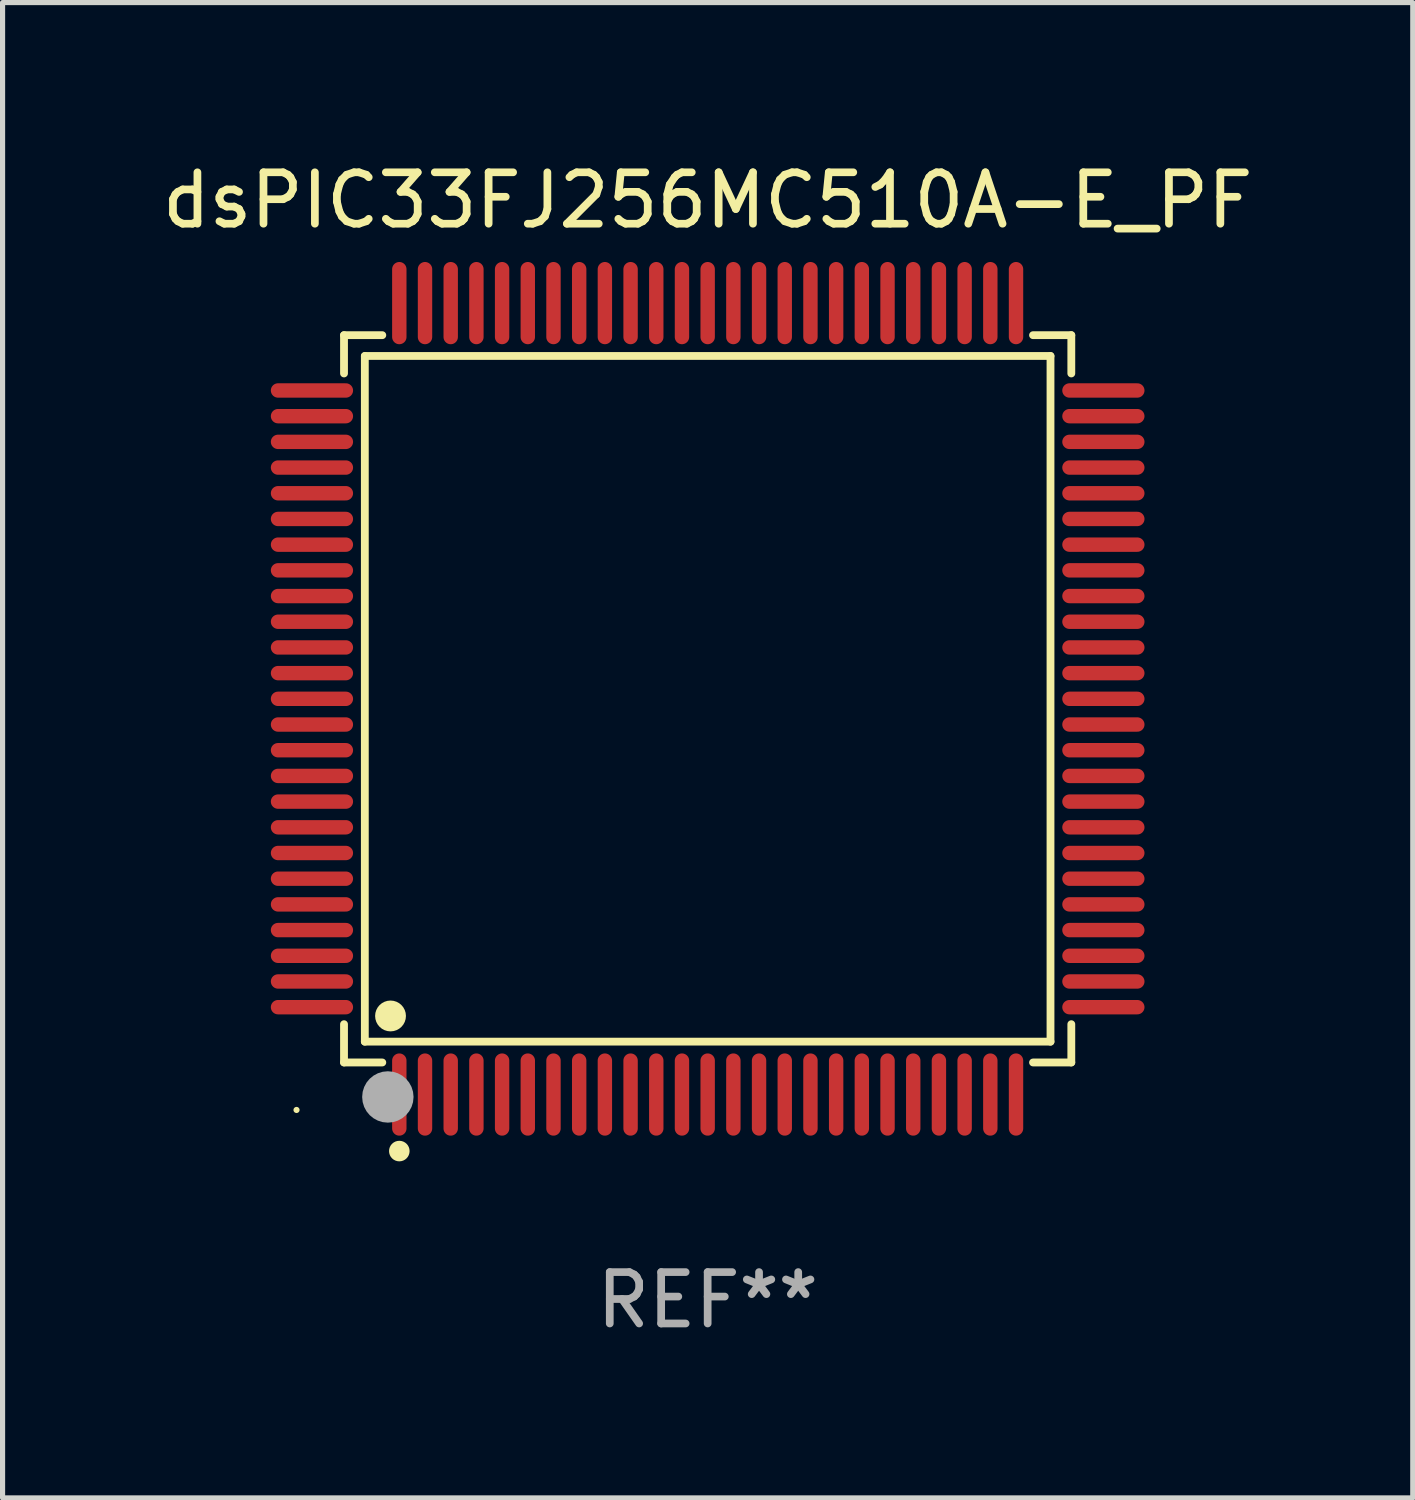
<source format=kicad_pcb>
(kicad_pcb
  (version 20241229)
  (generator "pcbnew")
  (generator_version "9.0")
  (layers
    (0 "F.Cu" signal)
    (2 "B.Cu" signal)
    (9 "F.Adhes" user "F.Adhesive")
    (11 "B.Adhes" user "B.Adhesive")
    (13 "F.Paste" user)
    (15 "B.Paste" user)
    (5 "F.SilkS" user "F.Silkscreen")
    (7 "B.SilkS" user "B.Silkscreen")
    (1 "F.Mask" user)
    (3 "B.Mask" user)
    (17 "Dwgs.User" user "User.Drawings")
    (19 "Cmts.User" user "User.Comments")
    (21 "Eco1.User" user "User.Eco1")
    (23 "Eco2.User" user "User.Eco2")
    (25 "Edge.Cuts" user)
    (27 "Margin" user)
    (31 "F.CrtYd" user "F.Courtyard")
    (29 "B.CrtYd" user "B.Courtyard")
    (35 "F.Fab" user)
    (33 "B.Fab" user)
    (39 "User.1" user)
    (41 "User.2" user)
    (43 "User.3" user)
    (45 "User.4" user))
  (footprint "dsPIC33FJ256MC510A-E_PF"
    (layer "F.Cu")
    (at 10.72 10.548)
    (property "Reference" "dsPIC33FJ256MC510A-E_PF" (at 0 -9.7 0) (layer "F.SilkS") (effects (font (size 1 1) (thickness 0.15))))
    (attr through_hole)
    (fp_line (start -7.076 -7.076) (end -6.331 -7.076) (stroke (width 0.152) (type solid)) (layer "F.SilkS"))
    (fp_line (start -7.076 -6.331) (end -7.076 -7.076) (stroke (width 0.152) (type solid)) (layer "F.SilkS"))
    (fp_line (start -7.076 6.331) (end -7.076 7.076) (stroke (width 0.152) (type solid)) (layer "F.SilkS"))
    (fp_line (start -7.076 7.076) (end -6.331 7.076) (stroke (width 0.152) (type solid)) (layer "F.SilkS"))
    (fp_line (start -6.671 -6.671) (end 6.671 -6.671) (stroke (width 0.152) (type solid)) (layer "F.SilkS"))
    (fp_line (start -6.671 6.671) (end -6.671 -6.671) (stroke (width 0.152) (type solid)) (layer "F.SilkS"))
    (fp_line (start 6.671 -6.671) (end 6.671 6.671) (stroke (width 0.152) (type solid)) (layer "F.SilkS"))
    (fp_line (start 6.671 6.671) (end -6.671 6.671) (stroke (width 0.152) (type solid)) (layer "F.SilkS"))
    (fp_line (start 7.076 -7.076) (end 6.331 -7.076) (stroke (width 0.152) (type solid)) (layer "F.SilkS"))
    (fp_line (start 7.076 -6.331) (end 7.076 -7.076) (stroke (width 0.152) (type solid)) (layer "F.SilkS"))
    (fp_line (start 7.076 6.331) (end 7.076 7.076) (stroke (width 0.152) (type solid)) (layer "F.SilkS"))
    (fp_line (start 7.076 7.076) (end 6.331 7.076) (stroke (width 0.152) (type solid)) (layer "F.SilkS"))
    (fp_circle (center -8 8) (end -7.97 8) (stroke (width 0.06) (type solid)) (fill no) (layer "F.SilkS"))
    (fp_circle (center -6.171 6.171) (end -6.021 6.171) (stroke (width 0.3) (type solid)) (fill no) (layer "F.SilkS"))
    (fp_circle (center -6 8.8) (end -5.9 8.8) (stroke (width 0.2) (type solid)) (fill no) (layer "F.SilkS"))
    (fp_circle (center -6.223 7.747) (end -5.973 7.747) (stroke (width 0.5) (type solid)) (fill no) (layer "F.Fab"))
    (fp_text user "REF**" (at 0 11.7 0) (layer "F.Fab") (effects (font (size 1 1) (thickness 0.15))))
    (pad "1" smd oval (at -6 7.7) (size 0.28 1.6) (layers "F.Cu" "F.Mask" "F.Paste"))
    (pad "2" smd oval (at -5.5 7.7) (size 0.28 1.6) (layers "F.Cu" "F.Mask" "F.Paste"))
    (pad "3" smd oval (at -5 7.7) (size 0.28 1.6) (layers "F.Cu" "F.Mask" "F.Paste"))
    (pad "4" smd oval (at -4.5 7.7) (size 0.28 1.6) (layers "F.Cu" "F.Mask" "F.Paste"))
    (pad "5" smd oval (at -4 7.7) (size 0.28 1.6) (layers "F.Cu" "F.Mask" "F.Paste"))
    (pad "6" smd oval (at -3.5 7.7) (size 0.28 1.6) (layers "F.Cu" "F.Mask" "F.Paste"))
    (pad "7" smd oval (at -3 7.7) (size 0.28 1.6) (layers "F.Cu" "F.Mask" "F.Paste"))
    (pad "8" smd oval (at -2.5 7.7) (size 0.28 1.6) (layers "F.Cu" "F.Mask" "F.Paste"))
    (pad "9" smd oval (at -2 7.7) (size 0.28 1.6) (layers "F.Cu" "F.Mask" "F.Paste"))
    (pad "10" smd oval (at -1.5 7.7) (size 0.28 1.6) (layers "F.Cu" "F.Mask" "F.Paste"))
    (pad "11" smd oval (at -1 7.7) (size 0.28 1.6) (layers "F.Cu" "F.Mask" "F.Paste"))
    (pad "12" smd oval (at -0.5 7.7) (size 0.28 1.6) (layers "F.Cu" "F.Mask" "F.Paste"))
    (pad "13" smd oval (at 0 7.7) (size 0.28 1.6) (layers "F.Cu" "F.Mask" "F.Paste"))
    (pad "14" smd oval (at 0.5 7.7) (size 0.28 1.6) (layers "F.Cu" "F.Mask" "F.Paste"))
    (pad "15" smd oval (at 1 7.7) (size 0.28 1.6) (layers "F.Cu" "F.Mask" "F.Paste"))
    (pad "16" smd oval (at 1.5 7.7) (size 0.28 1.6) (layers "F.Cu" "F.Mask" "F.Paste"))
    (pad "17" smd oval (at 2 7.7) (size 0.28 1.6) (layers "F.Cu" "F.Mask" "F.Paste"))
    (pad "18" smd oval (at 2.5 7.7) (size 0.28 1.6) (layers "F.Cu" "F.Mask" "F.Paste"))
    (pad "19" smd oval (at 3 7.7) (size 0.28 1.6) (layers "F.Cu" "F.Mask" "F.Paste"))
    (pad "20" smd oval (at 3.5 7.7) (size 0.28 1.6) (layers "F.Cu" "F.Mask" "F.Paste"))
    (pad "21" smd oval (at 4 7.7) (size 0.28 1.6) (layers "F.Cu" "F.Mask" "F.Paste"))
    (pad "22" smd oval (at 4.5 7.7) (size 0.28 1.6) (layers "F.Cu" "F.Mask" "F.Paste"))
    (pad "23" smd oval (at 5 7.7) (size 0.28 1.6) (layers "F.Cu" "F.Mask" "F.Paste"))
    (pad "24" smd oval (at 5.5 7.7) (size 0.28 1.6) (layers "F.Cu" "F.Mask" "F.Paste"))
    (pad "25" smd oval (at 6 7.7) (size 0.28 1.6) (layers "F.Cu" "F.Mask" "F.Paste"))
    (pad "26" smd oval (at 7.7 6) (size 1.6 0.28) (layers "F.Cu" "F.Mask" "F.Paste"))
    (pad "27" smd oval (at 7.7 5.5) (size 1.6 0.28) (layers "F.Cu" "F.Mask" "F.Paste"))
    (pad "28" smd oval (at 7.7 5) (size 1.6 0.28) (layers "F.Cu" "F.Mask" "F.Paste"))
    (pad "29" smd oval (at 7.7 4.5) (size 1.6 0.28) (layers "F.Cu" "F.Mask" "F.Paste"))
    (pad "30" smd oval (at 7.7 4) (size 1.6 0.28) (layers "F.Cu" "F.Mask" "F.Paste"))
    (pad "31" smd oval (at 7.7 3.5) (size 1.6 0.28) (layers "F.Cu" "F.Mask" "F.Paste"))
    (pad "32" smd oval (at 7.7 3) (size 1.6 0.28) (layers "F.Cu" "F.Mask" "F.Paste"))
    (pad "33" smd oval (at 7.7 2.5) (size 1.6 0.28) (layers "F.Cu" "F.Mask" "F.Paste"))
    (pad "34" smd oval (at 7.7 2) (size 1.6 0.28) (layers "F.Cu" "F.Mask" "F.Paste"))
    (pad "35" smd oval (at 7.7 1.5) (size 1.6 0.28) (layers "F.Cu" "F.Mask" "F.Paste"))
    (pad "36" smd oval (at 7.7 1) (size 1.6 0.28) (layers "F.Cu" "F.Mask" "F.Paste"))
    (pad "37" smd oval (at 7.7 0.5) (size 1.6 0.28) (layers "F.Cu" "F.Mask" "F.Paste"))
    (pad "38" smd oval (at 7.7 0) (size 1.6 0.28) (layers "F.Cu" "F.Mask" "F.Paste"))
    (pad "39" smd oval (at 7.7 -0.5) (size 1.6 0.28) (layers "F.Cu" "F.Mask" "F.Paste"))
    (pad "40" smd oval (at 7.7 -1) (size 1.6 0.28) (layers "F.Cu" "F.Mask" "F.Paste"))
    (pad "41" smd oval (at 7.7 -1.5) (size 1.6 0.28) (layers "F.Cu" "F.Mask" "F.Paste"))
    (pad "42" smd oval (at 7.7 -2) (size 1.6 0.28) (layers "F.Cu" "F.Mask" "F.Paste"))
    (pad "43" smd oval (at 7.7 -2.5) (size 1.6 0.28) (layers "F.Cu" "F.Mask" "F.Paste"))
    (pad "44" smd oval (at 7.7 -3) (size 1.6 0.28) (layers "F.Cu" "F.Mask" "F.Paste"))
    (pad "45" smd oval (at 7.7 -3.5) (size 1.6 0.28) (layers "F.Cu" "F.Mask" "F.Paste"))
    (pad "46" smd oval (at 7.7 -4) (size 1.6 0.28) (layers "F.Cu" "F.Mask" "F.Paste"))
    (pad "47" smd oval (at 7.7 -4.5) (size 1.6 0.28) (layers "F.Cu" "F.Mask" "F.Paste"))
    (pad "48" smd oval (at 7.7 -5) (size 1.6 0.28) (layers "F.Cu" "F.Mask" "F.Paste"))
    (pad "49" smd oval (at 7.7 -5.5) (size 1.6 0.28) (layers "F.Cu" "F.Mask" "F.Paste"))
    (pad "50" smd oval (at 7.7 -6) (size 1.6 0.28) (layers "F.Cu" "F.Mask" "F.Paste"))
    (pad "51" smd oval (at 6 -7.7) (size 0.28 1.6) (layers "F.Cu" "F.Mask" "F.Paste"))
    (pad "52" smd oval (at 5.5 -7.7) (size 0.28 1.6) (layers "F.Cu" "F.Mask" "F.Paste"))
    (pad "53" smd oval (at 5 -7.7) (size 0.28 1.6) (layers "F.Cu" "F.Mask" "F.Paste"))
    (pad "54" smd oval (at 4.5 -7.7) (size 0.28 1.6) (layers "F.Cu" "F.Mask" "F.Paste"))
    (pad "55" smd oval (at 4 -7.7) (size 0.28 1.6) (layers "F.Cu" "F.Mask" "F.Paste"))
    (pad "56" smd oval (at 3.5 -7.7) (size 0.28 1.6) (layers "F.Cu" "F.Mask" "F.Paste"))
    (pad "57" smd oval (at 3 -7.7) (size 0.28 1.6) (layers "F.Cu" "F.Mask" "F.Paste"))
    (pad "58" smd oval (at 2.5 -7.7) (size 0.28 1.6) (layers "F.Cu" "F.Mask" "F.Paste"))
    (pad "59" smd oval (at 2 -7.7) (size 0.28 1.6) (layers "F.Cu" "F.Mask" "F.Paste"))
    (pad "60" smd oval (at 1.5 -7.7) (size 0.28 1.6) (layers "F.Cu" "F.Mask" "F.Paste"))
    (pad "61" smd oval (at 1 -7.7) (size 0.28 1.6) (layers "F.Cu" "F.Mask" "F.Paste"))
    (pad "62" smd oval (at 0.5 -7.7) (size 0.28 1.6) (layers "F.Cu" "F.Mask" "F.Paste"))
    (pad "63" smd oval (at 0 -7.7) (size 0.28 1.6) (layers "F.Cu" "F.Mask" "F.Paste"))
    (pad "64" smd oval (at -0.5 -7.7) (size 0.28 1.6) (layers "F.Cu" "F.Mask" "F.Paste"))
    (pad "65" smd oval (at -1 -7.7) (size 0.28 1.6) (layers "F.Cu" "F.Mask" "F.Paste"))
    (pad "66" smd oval (at -1.5 -7.7) (size 0.28 1.6) (layers "F.Cu" "F.Mask" "F.Paste"))
    (pad "67" smd oval (at -2 -7.7) (size 0.28 1.6) (layers "F.Cu" "F.Mask" "F.Paste"))
    (pad "68" smd oval (at -2.5 -7.7) (size 0.28 1.6) (layers "F.Cu" "F.Mask" "F.Paste"))
    (pad "69" smd oval (at -3 -7.7) (size 0.28 1.6) (layers "F.Cu" "F.Mask" "F.Paste"))
    (pad "70" smd oval (at -3.5 -7.7) (size 0.28 1.6) (layers "F.Cu" "F.Mask" "F.Paste"))
    (pad "71" smd oval (at -4 -7.7) (size 0.28 1.6) (layers "F.Cu" "F.Mask" "F.Paste"))
    (pad "72" smd oval (at -4.5 -7.7) (size 0.28 1.6) (layers "F.Cu" "F.Mask" "F.Paste"))
    (pad "73" smd oval (at -5 -7.7) (size 0.28 1.6) (layers "F.Cu" "F.Mask" "F.Paste"))
    (pad "74" smd oval (at -5.5 -7.7) (size 0.28 1.6) (layers "F.Cu" "F.Mask" "F.Paste"))
    (pad "75" smd oval (at -6 -7.7) (size 0.28 1.6) (layers "F.Cu" "F.Mask" "F.Paste"))
    (pad "76" smd oval (at -7.7 -6) (size 1.6 0.28) (layers "F.Cu" "F.Mask" "F.Paste"))
    (pad "77" smd oval (at -7.7 -5.5) (size 1.6 0.28) (layers "F.Cu" "F.Mask" "F.Paste"))
    (pad "78" smd oval (at -7.7 -5) (size 1.6 0.28) (layers "F.Cu" "F.Mask" "F.Paste"))
    (pad "79" smd oval (at -7.7 -4.5) (size 1.6 0.28) (layers "F.Cu" "F.Mask" "F.Paste"))
    (pad "80" smd oval (at -7.7 -4) (size 1.6 0.28) (layers "F.Cu" "F.Mask" "F.Paste"))
    (pad "81" smd oval (at -7.7 -3.5) (size 1.6 0.28) (layers "F.Cu" "F.Mask" "F.Paste"))
    (pad "82" smd oval (at -7.7 -3) (size 1.6 0.28) (layers "F.Cu" "F.Mask" "F.Paste"))
    (pad "83" smd oval (at -7.7 -2.5) (size 1.6 0.28) (layers "F.Cu" "F.Mask" "F.Paste"))
    (pad "84" smd oval (at -7.7 -2) (size 1.6 0.28) (layers "F.Cu" "F.Mask" "F.Paste"))
    (pad "85" smd oval (at -7.7 -1.5) (size 1.6 0.28) (layers "F.Cu" "F.Mask" "F.Paste"))
    (pad "86" smd oval (at -7.7 -1) (size 1.6 0.28) (layers "F.Cu" "F.Mask" "F.Paste"))
    (pad "87" smd oval (at -7.7 -0.5) (size 1.6 0.28) (layers "F.Cu" "F.Mask" "F.Paste"))
    (pad "88" smd oval (at -7.7 0) (size 1.6 0.28) (layers "F.Cu" "F.Mask" "F.Paste"))
    (pad "89" smd oval (at -7.7 0.5) (size 1.6 0.28) (layers "F.Cu" "F.Mask" "F.Paste"))
    (pad "90" smd oval (at -7.7 1) (size 1.6 0.28) (layers "F.Cu" "F.Mask" "F.Paste"))
    (pad "91" smd oval (at -7.7 1.5) (size 1.6 0.28) (layers "F.Cu" "F.Mask" "F.Paste"))
    (pad "92" smd oval (at -7.7 2) (size 1.6 0.28) (layers "F.Cu" "F.Mask" "F.Paste"))
    (pad "93" smd oval (at -7.7 2.5) (size 1.6 0.28) (layers "F.Cu" "F.Mask" "F.Paste"))
    (pad "94" smd oval (at -7.7 3) (size 1.6 0.28) (layers "F.Cu" "F.Mask" "F.Paste"))
    (pad "95" smd oval (at -7.7 3.5) (size 1.6 0.28) (layers "F.Cu" "F.Mask" "F.Paste"))
    (pad "96" smd oval (at -7.7 4) (size 1.6 0.28) (layers "F.Cu" "F.Mask" "F.Paste"))
    (pad "97" smd oval (at -7.7 4.5) (size 1.6 0.28) (layers "F.Cu" "F.Mask" "F.Paste"))
    (pad "98" smd oval (at -7.7 5) (size 1.6 0.28) (layers "F.Cu" "F.Mask" "F.Paste"))
    (pad "99" smd oval (at -7.7 5.5) (size 1.6 0.28) (layers "F.Cu" "F.Mask" "F.Paste"))
    (pad "100" smd oval (at -7.7 6) (size 1.6 0.28) (layers "F.Cu" "F.Mask" "F.Paste")))
  (gr_rect
    (start -3 -3)
    (end 24.44 26.097)
    (stroke (width 0.1) (type default))
    (fill no)
    (layer "Edge.Cuts")))
</source>
